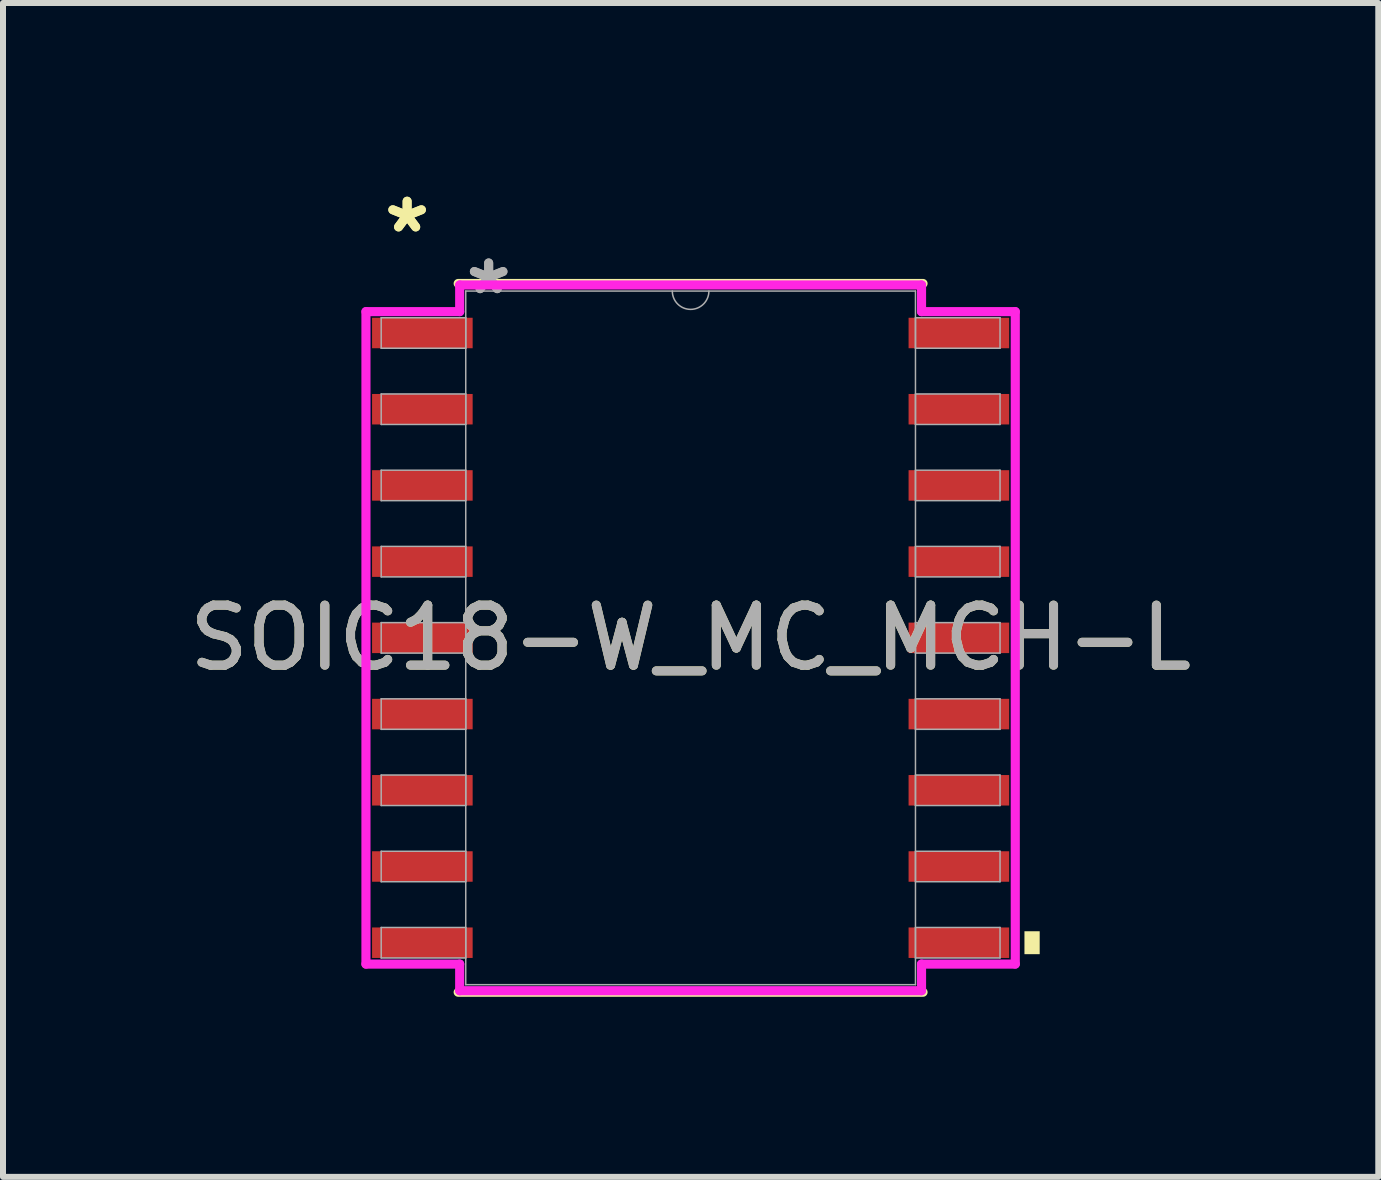
<source format=kicad_pcb>
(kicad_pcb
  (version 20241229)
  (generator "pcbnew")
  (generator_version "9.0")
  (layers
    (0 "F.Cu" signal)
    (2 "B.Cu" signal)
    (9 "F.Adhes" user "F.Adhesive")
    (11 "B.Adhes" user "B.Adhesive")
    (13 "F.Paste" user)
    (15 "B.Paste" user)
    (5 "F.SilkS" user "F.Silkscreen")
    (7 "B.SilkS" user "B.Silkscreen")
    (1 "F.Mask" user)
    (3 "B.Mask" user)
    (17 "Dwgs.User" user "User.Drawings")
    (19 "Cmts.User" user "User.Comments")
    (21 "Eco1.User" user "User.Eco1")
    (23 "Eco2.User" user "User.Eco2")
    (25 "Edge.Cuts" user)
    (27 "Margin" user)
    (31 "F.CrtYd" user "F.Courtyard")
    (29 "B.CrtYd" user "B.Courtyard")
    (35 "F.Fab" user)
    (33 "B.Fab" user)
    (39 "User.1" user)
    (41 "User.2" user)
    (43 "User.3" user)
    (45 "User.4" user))
  (footprint "SOIC18-W_MC_MCH-L"
    (layer "F.Cu")
    (at 8.458 7.579)
    (property "Reference" "SOIC18-W_MC_MCH-L" (at 0 0 0) (unlocked yes) (layer "F.SilkS") (effects (font (size 1 1) (thickness 0.15))))
    (attr smd)
    (fp_line (start -3.873 5.905) (end 3.873 5.905) (stroke (width 0.152) (type solid)) (layer "F.SilkS"))
    (fp_line (start 3.873 -5.905) (end -3.873 -5.905) (stroke (width 0.152) (type solid)) (layer "F.SilkS"))
    (fp_poly (pts (xy 5.817 4.889) (xy 5.817 5.271) (xy 5.563 5.271) (xy 5.563 4.889)) (stroke (width 0) (type solid)) (fill yes) (layer "F.SilkS"))
    (fp_line (start -5.41 -5.436) (end -3.848 -5.436) (stroke (width 0.152) (type solid)) (layer "F.CrtYd"))
    (fp_line (start -5.41 5.436) (end -5.41 -5.436) (stroke (width 0.152) (type solid)) (layer "F.CrtYd"))
    (fp_line (start -5.41 5.436) (end -3.848 5.436) (stroke (width 0.152) (type solid)) (layer "F.CrtYd"))
    (fp_line (start -3.848 -5.88) (end 3.848 -5.88) (stroke (width 0.152) (type solid)) (layer "F.CrtYd"))
    (fp_line (start -3.848 -5.436) (end -3.848 -5.88) (stroke (width 0.152) (type solid)) (layer "F.CrtYd"))
    (fp_line (start -3.848 5.88) (end -3.848 5.436) (stroke (width 0.152) (type solid)) (layer "F.CrtYd"))
    (fp_line (start 3.848 -5.88) (end 3.848 -5.436) (stroke (width 0.152) (type solid)) (layer "F.CrtYd"))
    (fp_line (start 3.848 5.436) (end 3.848 5.88) (stroke (width 0.152) (type solid)) (layer "F.CrtYd"))
    (fp_line (start 3.848 5.88) (end -3.848 5.88) (stroke (width 0.152) (type solid)) (layer "F.CrtYd"))
    (fp_line (start 5.41 -5.436) (end 3.848 -5.436) (stroke (width 0.152) (type solid)) (layer "F.CrtYd"))
    (fp_line (start 5.41 -5.436) (end 5.41 5.436) (stroke (width 0.152) (type solid)) (layer "F.CrtYd"))
    (fp_line (start 5.41 5.436) (end 3.848 5.436) (stroke (width 0.152) (type solid)) (layer "F.CrtYd"))
    (fp_line (start -5.156 -5.334) (end -5.156 -4.826) (stroke (width 0.025) (type solid)) (layer "F.Fab"))
    (fp_line (start -5.156 -4.826) (end -3.747 -4.826) (stroke (width 0.025) (type solid)) (layer "F.Fab"))
    (fp_line (start -5.156 -4.064) (end -5.156 -3.556) (stroke (width 0.025) (type solid)) (layer "F.Fab"))
    (fp_line (start -5.156 -3.556) (end -3.747 -3.556) (stroke (width 0.025) (type solid)) (layer "F.Fab"))
    (fp_line (start -5.156 -2.794) (end -5.156 -2.286) (stroke (width 0.025) (type solid)) (layer "F.Fab"))
    (fp_line (start -5.156 -2.286) (end -3.747 -2.286) (stroke (width 0.025) (type solid)) (layer "F.Fab"))
    (fp_line (start -5.156 -1.524) (end -5.156 -1.016) (stroke (width 0.025) (type solid)) (layer "F.Fab"))
    (fp_line (start -5.156 -1.016) (end -3.747 -1.016) (stroke (width 0.025) (type solid)) (layer "F.Fab"))
    (fp_line (start -5.156 -0.254) (end -5.156 0.254) (stroke (width 0.025) (type solid)) (layer "F.Fab"))
    (fp_line (start -5.156 0.254) (end -3.747 0.254) (stroke (width 0.025) (type solid)) (layer "F.Fab"))
    (fp_line (start -5.156 1.016) (end -5.156 1.524) (stroke (width 0.025) (type solid)) (layer "F.Fab"))
    (fp_line (start -5.156 1.524) (end -3.747 1.524) (stroke (width 0.025) (type solid)) (layer "F.Fab"))
    (fp_line (start -5.156 2.286) (end -5.156 2.794) (stroke (width 0.025) (type solid)) (layer "F.Fab"))
    (fp_line (start -5.156 2.794) (end -3.747 2.794) (stroke (width 0.025) (type solid)) (layer "F.Fab"))
    (fp_line (start -5.156 3.556) (end -5.156 4.064) (stroke (width 0.025) (type solid)) (layer "F.Fab"))
    (fp_line (start -5.156 4.064) (end -3.747 4.064) (stroke (width 0.025) (type solid)) (layer "F.Fab"))
    (fp_line (start -5.156 4.826) (end -5.156 5.334) (stroke (width 0.025) (type solid)) (layer "F.Fab"))
    (fp_line (start -5.156 5.334) (end -3.747 5.334) (stroke (width 0.025) (type solid)) (layer "F.Fab"))
    (fp_line (start -3.747 -5.779) (end -3.747 5.779) (stroke (width 0.025) (type solid)) (layer "F.Fab"))
    (fp_line (start -3.747 -5.334) (end -5.156 -5.334) (stroke (width 0.025) (type solid)) (layer "F.Fab"))
    (fp_line (start -3.747 -4.826) (end -3.747 -5.334) (stroke (width 0.025) (type solid)) (layer "F.Fab"))
    (fp_line (start -3.747 -4.064) (end -5.156 -4.064) (stroke (width 0.025) (type solid)) (layer "F.Fab"))
    (fp_line (start -3.747 -3.556) (end -3.747 -4.064) (stroke (width 0.025) (type solid)) (layer "F.Fab"))
    (fp_line (start -3.747 -2.794) (end -5.156 -2.794) (stroke (width 0.025) (type solid)) (layer "F.Fab"))
    (fp_line (start -3.747 -2.286) (end -3.747 -2.794) (stroke (width 0.025) (type solid)) (layer "F.Fab"))
    (fp_line (start -3.747 -1.524) (end -5.156 -1.524) (stroke (width 0.025) (type solid)) (layer "F.Fab"))
    (fp_line (start -3.747 -1.016) (end -3.747 -1.524) (stroke (width 0.025) (type solid)) (layer "F.Fab"))
    (fp_line (start -3.747 -0.254) (end -5.156 -0.254) (stroke (width 0.025) (type solid)) (layer "F.Fab"))
    (fp_line (start -3.747 0.254) (end -3.747 -0.254) (stroke (width 0.025) (type solid)) (layer "F.Fab"))
    (fp_line (start -3.747 1.016) (end -5.156 1.016) (stroke (width 0.025) (type solid)) (layer "F.Fab"))
    (fp_line (start -3.747 1.524) (end -3.747 1.016) (stroke (width 0.025) (type solid)) (layer "F.Fab"))
    (fp_line (start -3.747 2.286) (end -5.156 2.286) (stroke (width 0.025) (type solid)) (layer "F.Fab"))
    (fp_line (start -3.747 2.794) (end -3.747 2.286) (stroke (width 0.025) (type solid)) (layer "F.Fab"))
    (fp_line (start -3.747 3.556) (end -5.156 3.556) (stroke (width 0.025) (type solid)) (layer "F.Fab"))
    (fp_line (start -3.747 4.064) (end -3.747 3.556) (stroke (width 0.025) (type solid)) (layer "F.Fab"))
    (fp_line (start -3.747 4.826) (end -5.156 4.826) (stroke (width 0.025) (type solid)) (layer "F.Fab"))
    (fp_line (start -3.747 5.334) (end -3.747 4.826) (stroke (width 0.025) (type solid)) (layer "F.Fab"))
    (fp_line (start -3.747 5.779) (end 3.747 5.779) (stroke (width 0.025) (type solid)) (layer "F.Fab"))
    (fp_line (start 3.747 -5.779) (end -3.747 -5.779) (stroke (width 0.025) (type solid)) (layer "F.Fab"))
    (fp_line (start 3.747 -5.334) (end 3.747 -4.826) (stroke (width 0.025) (type solid)) (layer "F.Fab"))
    (fp_line (start 3.747 -4.826) (end 5.156 -4.826) (stroke (width 0.025) (type solid)) (layer "F.Fab"))
    (fp_line (start 3.747 -4.064) (end 3.747 -3.556) (stroke (width 0.025) (type solid)) (layer "F.Fab"))
    (fp_line (start 3.747 -3.556) (end 5.156 -3.556) (stroke (width 0.025) (type solid)) (layer "F.Fab"))
    (fp_line (start 3.747 -2.794) (end 3.747 -2.286) (stroke (width 0.025) (type solid)) (layer "F.Fab"))
    (fp_line (start 3.747 -2.286) (end 5.156 -2.286) (stroke (width 0.025) (type solid)) (layer "F.Fab"))
    (fp_line (start 3.747 -1.524) (end 3.747 -1.016) (stroke (width 0.025) (type solid)) (layer "F.Fab"))
    (fp_line (start 3.747 -1.016) (end 5.156 -1.016) (stroke (width 0.025) (type solid)) (layer "F.Fab"))
    (fp_line (start 3.747 -0.254) (end 3.747 0.254) (stroke (width 0.025) (type solid)) (layer "F.Fab"))
    (fp_line (start 3.747 0.254) (end 5.156 0.254) (stroke (width 0.025) (type solid)) (layer "F.Fab"))
    (fp_line (start 3.747 1.016) (end 3.747 1.524) (stroke (width 0.025) (type solid)) (layer "F.Fab"))
    (fp_line (start 3.747 1.524) (end 5.156 1.524) (stroke (width 0.025) (type solid)) (layer "F.Fab"))
    (fp_line (start 3.747 2.286) (end 3.747 2.794) (stroke (width 0.025) (type solid)) (layer "F.Fab"))
    (fp_line (start 3.747 2.794) (end 5.156 2.794) (stroke (width 0.025) (type solid)) (layer "F.Fab"))
    (fp_line (start 3.747 3.556) (end 3.747 4.064) (stroke (width 0.025) (type solid)) (layer "F.Fab"))
    (fp_line (start 3.747 4.064) (end 5.156 4.064) (stroke (width 0.025) (type solid)) (layer "F.Fab"))
    (fp_line (start 3.747 4.826) (end 3.747 5.334) (stroke (width 0.025) (type solid)) (layer "F.Fab"))
    (fp_line (start 3.747 5.334) (end 5.156 5.334) (stroke (width 0.025) (type solid)) (layer "F.Fab"))
    (fp_line (start 3.747 5.779) (end 3.747 -5.779) (stroke (width 0.025) (type solid)) (layer "F.Fab"))
    (fp_line (start 5.156 -5.334) (end 3.747 -5.334) (stroke (width 0.025) (type solid)) (layer "F.Fab"))
    (fp_line (start 5.156 -4.826) (end 5.156 -5.334) (stroke (width 0.025) (type solid)) (layer "F.Fab"))
    (fp_line (start 5.156 -4.064) (end 3.747 -4.064) (stroke (width 0.025) (type solid)) (layer "F.Fab"))
    (fp_line (start 5.156 -3.556) (end 5.156 -4.064) (stroke (width 0.025) (type solid)) (layer "F.Fab"))
    (fp_line (start 5.156 -2.794) (end 3.747 -2.794) (stroke (width 0.025) (type solid)) (layer "F.Fab"))
    (fp_line (start 5.156 -2.286) (end 5.156 -2.794) (stroke (width 0.025) (type solid)) (layer "F.Fab"))
    (fp_line (start 5.156 -1.524) (end 3.747 -1.524) (stroke (width 0.025) (type solid)) (layer "F.Fab"))
    (fp_line (start 5.156 -1.016) (end 5.156 -1.524) (stroke (width 0.025) (type solid)) (layer "F.Fab"))
    (fp_line (start 5.156 -0.254) (end 3.747 -0.254) (stroke (width 0.025) (type solid)) (layer "F.Fab"))
    (fp_line (start 5.156 0.254) (end 5.156 -0.254) (stroke (width 0.025) (type solid)) (layer "F.Fab"))
    (fp_line (start 5.156 1.016) (end 3.747 1.016) (stroke (width 0.025) (type solid)) (layer "F.Fab"))
    (fp_line (start 5.156 1.524) (end 5.156 1.016) (stroke (width 0.025) (type solid)) (layer "F.Fab"))
    (fp_line (start 5.156 2.286) (end 3.747 2.286) (stroke (width 0.025) (type solid)) (layer "F.Fab"))
    (fp_line (start 5.156 2.794) (end 5.156 2.286) (stroke (width 0.025) (type solid)) (layer "F.Fab"))
    (fp_line (start 5.156 3.556) (end 3.747 3.556) (stroke (width 0.025) (type solid)) (layer "F.Fab"))
    (fp_line (start 5.156 4.064) (end 5.156 3.556) (stroke (width 0.025) (type solid)) (layer "F.Fab"))
    (fp_line (start 5.156 4.826) (end 3.747 4.826) (stroke (width 0.025) (type solid)) (layer "F.Fab"))
    (fp_line (start 5.156 5.334) (end 5.156 4.826) (stroke (width 0.025) (type solid)) (layer "F.Fab"))
    (fp_arc (start 0.3048 -5.7785) (mid 0 -5.4737) (end -0.3048 -5.7785) (stroke (width 0.0254) (type solid)) (layer "F.Fab"))
    (fp_text user "*" (at -4.724 -6.731 0) (unlocked yes) (layer "F.SilkS") (effects (font (size 1 1) (thickness 0.15))))
    (fp_text user "*" (at -4.724 -6.731 0) (layer "F.SilkS") (effects (font (size 1 1) (thickness 0.15))))
    (fp_text user "${REFERENCE}" (at 0 0 0) (unlocked yes) (layer "F.Fab") (effects (font (size 1 1) (thickness 0.15))))
    (fp_text user "*" (at -3.365 -5.702 0) (layer "F.Fab") (effects (font (size 1 1) (thickness 0.15))))
    (fp_text user "*" (at -3.365 -5.702 0) (unlocked yes) (layer "F.Fab") (effects (font (size 1 1) (thickness 0.15))))
    (pad "1" smd rect (at -4.47 -5.08) (size 1.676 0.508) (layers "F.Cu" "F.Mask" "F.Paste"))
    (pad "2" smd rect (at -4.47 -3.81) (size 1.676 0.508) (layers "F.Cu" "F.Mask" "F.Paste"))
    (pad "3" smd rect (at -4.47 -2.54) (size 1.676 0.508) (layers "F.Cu" "F.Mask" "F.Paste"))
    (pad "4" smd rect (at -4.47 -1.27) (size 1.676 0.508) (layers "F.Cu" "F.Mask" "F.Paste"))
    (pad "5" smd rect (at -4.47 0) (size 1.676 0.508) (layers "F.Cu" "F.Mask" "F.Paste"))
    (pad "6" smd rect (at -4.47 1.27) (size 1.676 0.508) (layers "F.Cu" "F.Mask" "F.Paste"))
    (pad "7" smd rect (at -4.47 2.54) (size 1.676 0.508) (layers "F.Cu" "F.Mask" "F.Paste"))
    (pad "8" smd rect (at -4.47 3.81) (size 1.676 0.508) (layers "F.Cu" "F.Mask" "F.Paste"))
    (pad "9" smd rect (at -4.47 5.08) (size 1.676 0.508) (layers "F.Cu" "F.Mask" "F.Paste"))
    (pad "10" smd rect (at 4.47 5.08) (size 1.676 0.508) (layers "F.Cu" "F.Mask" "F.Paste"))
    (pad "11" smd rect (at 4.47 3.81) (size 1.676 0.508) (layers "F.Cu" "F.Mask" "F.Paste"))
    (pad "12" smd rect (at 4.47 2.54) (size 1.676 0.508) (layers "F.Cu" "F.Mask" "F.Paste"))
    (pad "13" smd rect (at 4.47 1.27) (size 1.676 0.508) (layers "F.Cu" "F.Mask" "F.Paste"))
    (pad "14" smd rect (at 4.47 0) (size 1.676 0.508) (layers "F.Cu" "F.Mask" "F.Paste"))
    (pad "15" smd rect (at 4.47 -1.27) (size 1.676 0.508) (layers "F.Cu" "F.Mask" "F.Paste"))
    (pad "16" smd rect (at 4.47 -2.54) (size 1.676 0.508) (layers "F.Cu" "F.Mask" "F.Paste"))
    (pad "17" smd rect (at 4.47 -3.81) (size 1.676 0.508) (layers "F.Cu" "F.Mask" "F.Paste"))
    (pad "18" smd rect (at 4.47 -5.08) (size 1.676 0.508) (layers "F.Cu" "F.Mask" "F.Paste")))
  (gr_rect
    (start -3 -3)
    (end 19.917 16.561)
    (stroke (width 0.1) (type default))
    (fill no)
    (layer "Edge.Cuts")))
</source>
